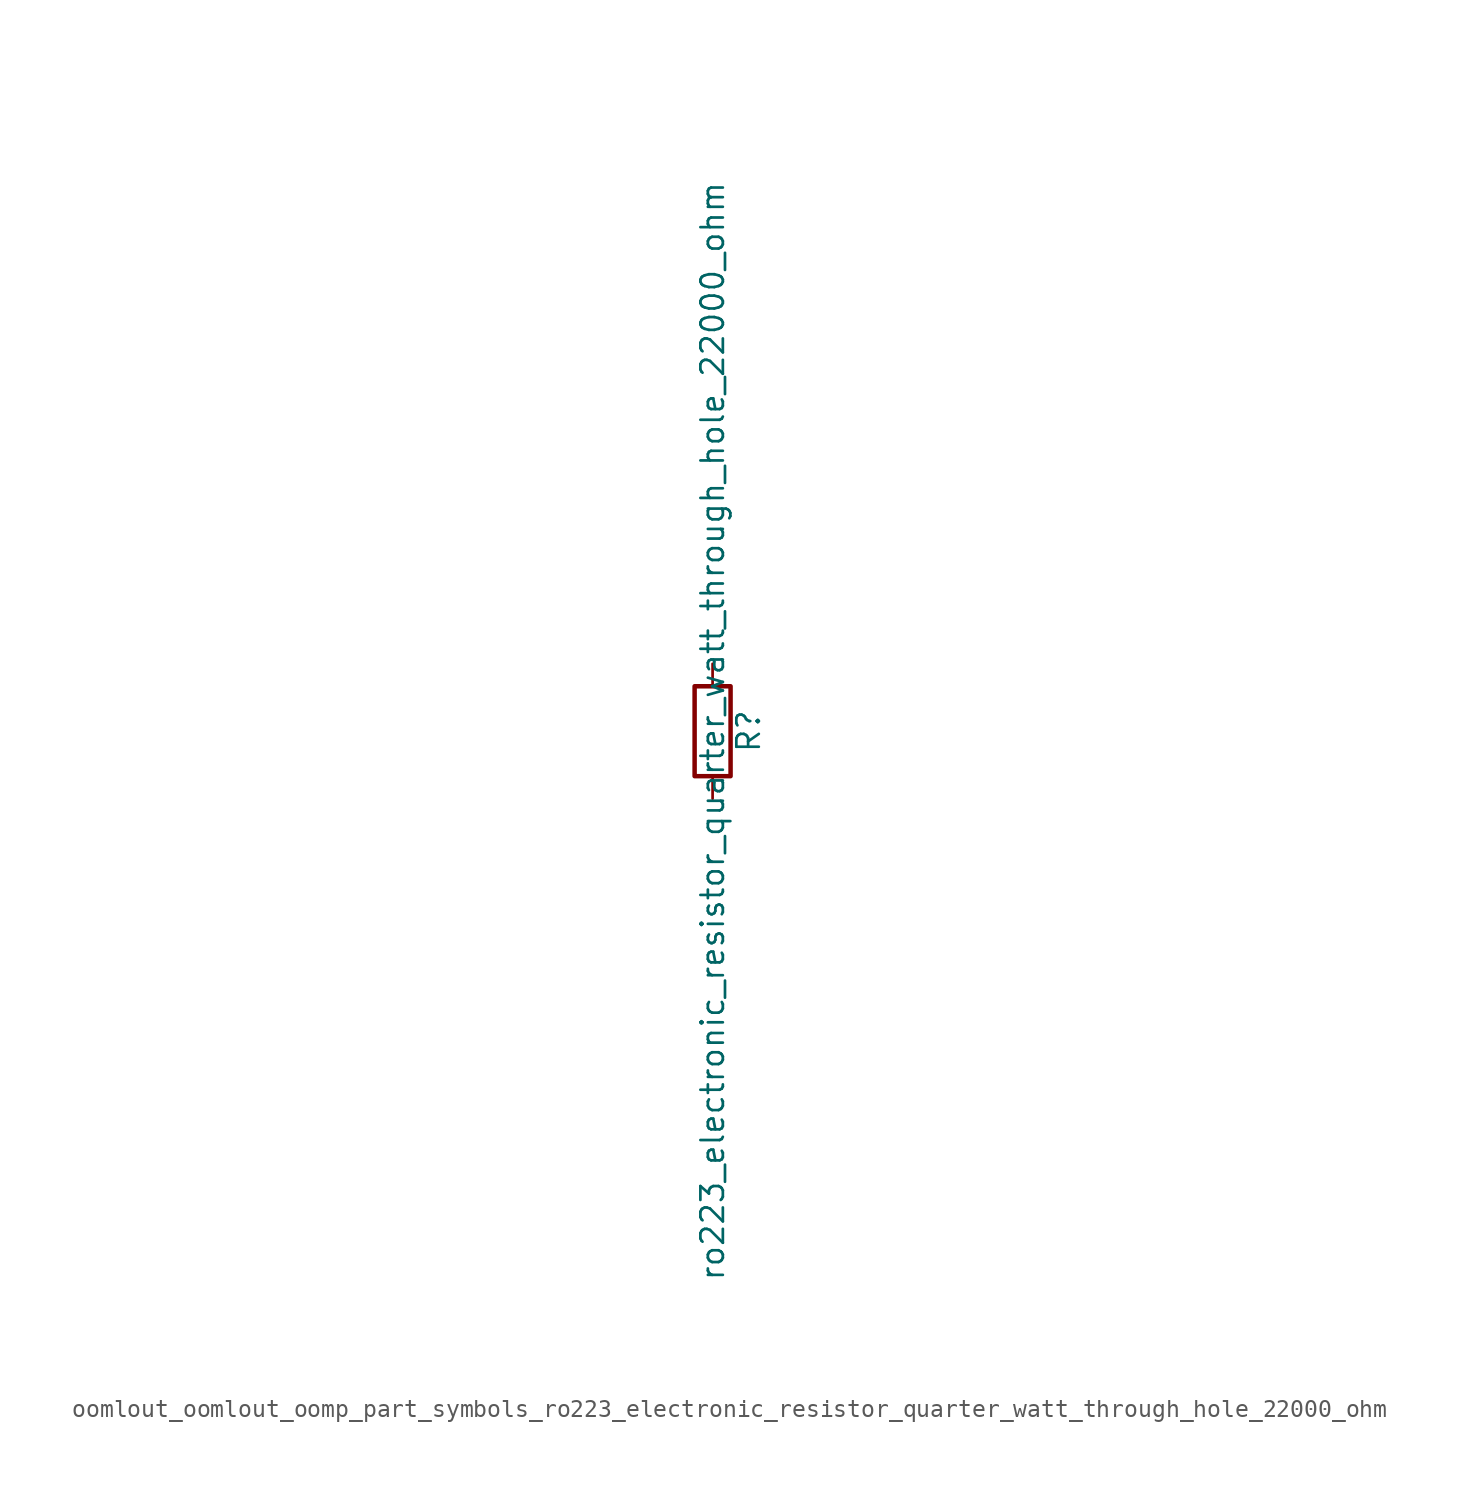
<source format=kicad_sym>
(kicad_symbol_lib
  (version 20220914)
  (generator kicad_symbol_editor)
  (symbol "oomlout_oomlout_oomp_part_symbols_ro223_electronic_resistor_quarter_watt_through_hole_22000_ohm"
    (pin_numbers hide)
    (pin_names
      (offset 0))
    (property "Reference" "R"
      (at 2.032 0 90)
      (effects (font (size 1.27 1.27))))
    (property "Value" "ro223_electronic_resistor_quarter_watt_through_hole_22000_ohm"
      (at 0 0 90)
      (effects (font (size 1.27 1.27))))
    (symbol "oomlout_oomlout_oomp_part_symbols_ro223_electronic_resistor_quarter_watt_through_hole_22000_ohm_0_1"
      (rectangle (start -1.016 -2.54) (end 1.016 2.54) (stroke (width 0.254) (type default)) (fill (type none))))
    (symbol "oomlout_oomlout_oomp_part_symbols_ro223_electronic_resistor_quarter_watt_through_hole_22000_ohm_1_1"
      (pin passive line (at 0 3.81 270) (length 1.27) (name "~" (effects (font (size 1.27 1.27)))) (number "1" (effects (font (size 1.27 1.27)))))
      (pin passive line (at 0 -3.81 90) (length 1.27) (name "~" (effects (font (size 1.27 1.27)))) (number "2" (effects (font (size 1.27 1.27))))))))
</source>
